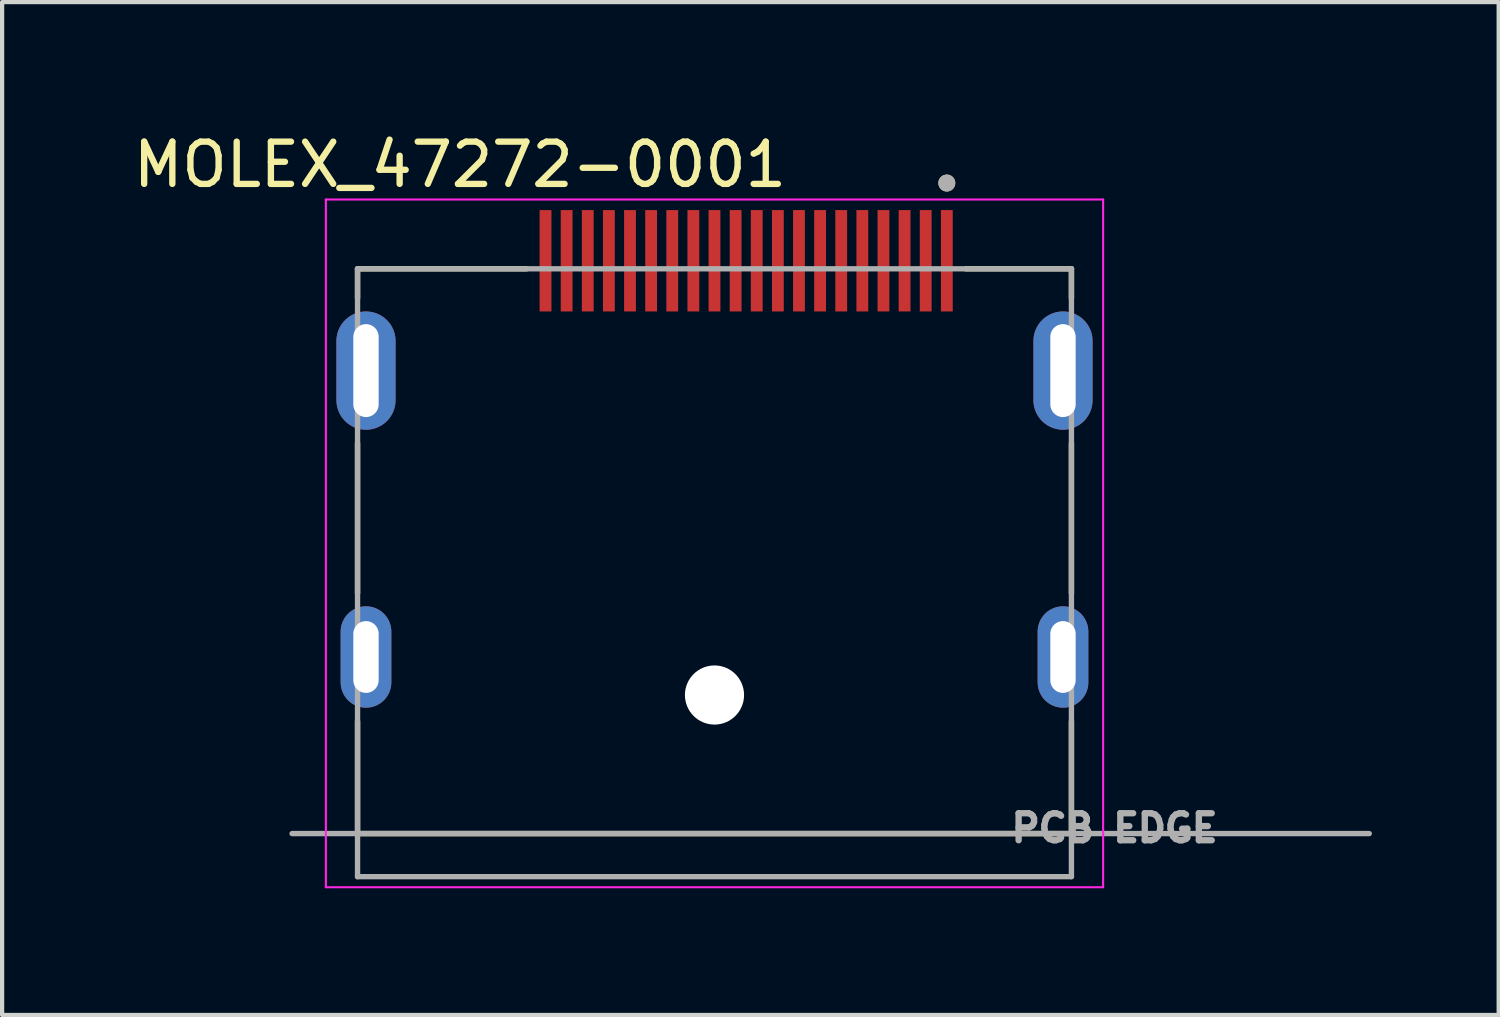
<source format=kicad_pcb>
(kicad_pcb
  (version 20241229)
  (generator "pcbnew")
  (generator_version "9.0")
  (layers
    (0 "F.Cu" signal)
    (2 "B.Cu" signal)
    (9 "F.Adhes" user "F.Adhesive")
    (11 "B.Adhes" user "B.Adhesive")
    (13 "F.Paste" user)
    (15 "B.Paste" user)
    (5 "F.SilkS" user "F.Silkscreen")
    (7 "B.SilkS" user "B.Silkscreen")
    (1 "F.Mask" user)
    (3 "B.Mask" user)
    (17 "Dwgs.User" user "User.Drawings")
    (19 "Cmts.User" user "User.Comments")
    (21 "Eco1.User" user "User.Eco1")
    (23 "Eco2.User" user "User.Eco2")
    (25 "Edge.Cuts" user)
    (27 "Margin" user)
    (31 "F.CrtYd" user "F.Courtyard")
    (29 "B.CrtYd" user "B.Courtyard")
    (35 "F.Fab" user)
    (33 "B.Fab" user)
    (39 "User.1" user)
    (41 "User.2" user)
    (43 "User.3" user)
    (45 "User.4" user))
  (footprint "MOLEX_47272-0001"
    (layer "F.Cu")
    (at 13.864 16.683)
    (property "Reference" "MOLEX_47272-0001" (at -6.025 -15.835 0) (layer "F.SilkS") (effects (font (size 1 1) (thickness 0.15))))
    (attr smd)
    (fp_line (start -8.45 -13.37) (end -8.45 -12.67) (stroke (width 0.127) (type solid)) (layer "F.SilkS"))
    (fp_line (start -8.45 -9.24) (end -8.45 -5.69) (stroke (width 0.127) (type solid)) (layer "F.SilkS"))
    (fp_line (start -8.45 -2.66) (end -8.45 0) (stroke (width 0.127) (type solid)) (layer "F.SilkS"))
    (fp_line (start -8.45 0) (end 8.45 0) (stroke (width 0.127) (type solid)) (layer "F.SilkS"))
    (fp_line (start -4.45 -13.37) (end -8.45 -13.37) (stroke (width 0.127) (type solid)) (layer "F.SilkS"))
    (fp_line (start 8.45 -13.37) (end 5.95 -13.37) (stroke (width 0.127) (type solid)) (layer "F.SilkS"))
    (fp_line (start 8.45 -13.37) (end 8.45 -12.67) (stroke (width 0.127) (type solid)) (layer "F.SilkS"))
    (fp_line (start 8.45 -9.24) (end 8.45 -5.69) (stroke (width 0.127) (type solid)) (layer "F.SilkS"))
    (fp_line (start 8.45 -2.66) (end 8.45 0) (stroke (width 0.127) (type solid)) (layer "F.SilkS"))
    (fp_circle (center 5.5 -15.4) (end 5.6 -15.4) (stroke (width 0.2) (type solid)) (fill no) (layer "F.SilkS"))
    (fp_line (start -9.2 -15.01) (end 9.2 -15.01) (stroke (width 0.05) (type solid)) (layer "F.CrtYd"))
    (fp_line (start -9.2 1.27) (end -9.2 -15.01) (stroke (width 0.05) (type solid)) (layer "F.CrtYd"))
    (fp_line (start 9.2 -15.01) (end 9.2 1.27) (stroke (width 0.05) (type solid)) (layer "F.CrtYd"))
    (fp_line (start 9.2 1.27) (end -9.2 1.27) (stroke (width 0.05) (type solid)) (layer "F.CrtYd"))
    (fp_line (start -8.45 -13.37) (end 8.45 -13.37) (stroke (width 0.127) (type solid)) (layer "F.Fab"))
    (fp_line (start -8.45 1.02) (end -8.45 -13.37) (stroke (width 0.127) (type solid)) (layer "F.Fab"))
    (fp_line (start 8.45 -13.37) (end 8.45 1.02) (stroke (width 0.127) (type solid)) (layer "F.Fab"))
    (fp_line (start 8.45 1.02) (end -8.45 1.02) (stroke (width 0.127) (type solid)) (layer "F.Fab"))
    (fp_line (start 15.5 0) (end -10 0) (stroke (width 0.127) (type solid)) (layer "F.Fab"))
    (fp_circle (center 5.5 -15.4) (end 5.6 -15.4) (stroke (width 0.2) (type solid)) (fill no) (layer "F.Fab"))
    (fp_text user "PCB EDGE" (at 9.47 -0.13 0) (layer "F.Fab") (effects (font (size 0.64 0.64) (thickness 0.15))))
    (pad "" np_thru_hole circle (at 0 -3.28) (size 1.4 1.4) (drill 1.4) (layers "*.Cu" "*.Mask"))
    (pad "1" smd rect (at 5.5 -13.56) (size 0.28 2.4) (layers "F.Cu" "F.Mask" "F.Paste"))
    (pad "2" smd rect (at 5 -13.56) (size 0.28 2.4) (layers "F.Cu" "F.Mask" "F.Paste"))
    (pad "3" smd rect (at 4.5 -13.56) (size 0.28 2.4) (layers "F.Cu" "F.Mask" "F.Paste"))
    (pad "4" smd rect (at 4 -13.56) (size 0.28 2.4) (layers "F.Cu" "F.Mask" "F.Paste"))
    (pad "5" smd rect (at 3.5 -13.56) (size 0.28 2.4) (layers "F.Cu" "F.Mask" "F.Paste"))
    (pad "6" smd rect (at 3 -13.56) (size 0.28 2.4) (layers "F.Cu" "F.Mask" "F.Paste"))
    (pad "7" smd rect (at 2.5 -13.56) (size 0.28 2.4) (layers "F.Cu" "F.Mask" "F.Paste"))
    (pad "8" smd rect (at 2 -13.56) (size 0.28 2.4) (layers "F.Cu" "F.Mask" "F.Paste"))
    (pad "9" smd rect (at 1.5 -13.56) (size 0.28 2.4) (layers "F.Cu" "F.Mask" "F.Paste"))
    (pad "10" smd rect (at 1 -13.56) (size 0.28 2.4) (layers "F.Cu" "F.Mask" "F.Paste"))
    (pad "11" smd rect (at 0.5 -13.56) (size 0.28 2.4) (layers "F.Cu" "F.Mask" "F.Paste"))
    (pad "12" smd rect (at 0 -13.56) (size 0.28 2.4) (layers "F.Cu" "F.Mask" "F.Paste"))
    (pad "13" smd rect (at -0.5 -13.56) (size 0.28 2.4) (layers "F.Cu" "F.Mask" "F.Paste"))
    (pad "14" smd rect (at -1 -13.56) (size 0.28 2.4) (layers "F.Cu" "F.Mask" "F.Paste"))
    (pad "15" smd rect (at -1.5 -13.56) (size 0.28 2.4) (layers "F.Cu" "F.Mask" "F.Paste"))
    (pad "16" smd rect (at -2 -13.56) (size 0.28 2.4) (layers "F.Cu" "F.Mask" "F.Paste"))
    (pad "17" smd rect (at -2.5 -13.56) (size 0.28 2.4) (layers "F.Cu" "F.Mask" "F.Paste"))
    (pad "18" smd rect (at -3 -13.56) (size 0.28 2.4) (layers "F.Cu" "F.Mask" "F.Paste"))
    (pad "19" smd rect (at -3.5 -13.56) (size 0.28 2.4) (layers "F.Cu" "F.Mask" "F.Paste"))
    (pad "20" smd rect (at -4 -13.56) (size 0.28 2.4) (layers "F.Cu" "F.Mask" "F.Paste"))
    (pad "S1" thru_hole oval (at -8.25 -10.96) (size 1.4 2.8) (drill oval 0.6 2.2) (layers "*.Cu" "*.Mask"))
    (pad "S2" thru_hole oval (at 8.25 -10.96) (size 1.4 2.8) (drill oval 0.6 2.2) (layers "*.Cu" "*.Mask"))
    (pad "S3" thru_hole oval (at -8.25 -4.18) (size 1.2 2.4) (drill oval 0.6 1.7) (layers "*.Cu" "*.Mask"))
    (pad "S4" thru_hole oval (at 8.25 -4.18) (size 1.2 2.4) (drill oval 0.6 1.7) (layers "*.Cu" "*.Mask")))
  (gr_rect
    (start -3 -3)
    (end 32.428 20.978)
    (stroke (width 0.1) (type default))
    (fill no)
    (layer "Edge.Cuts")))
</source>
